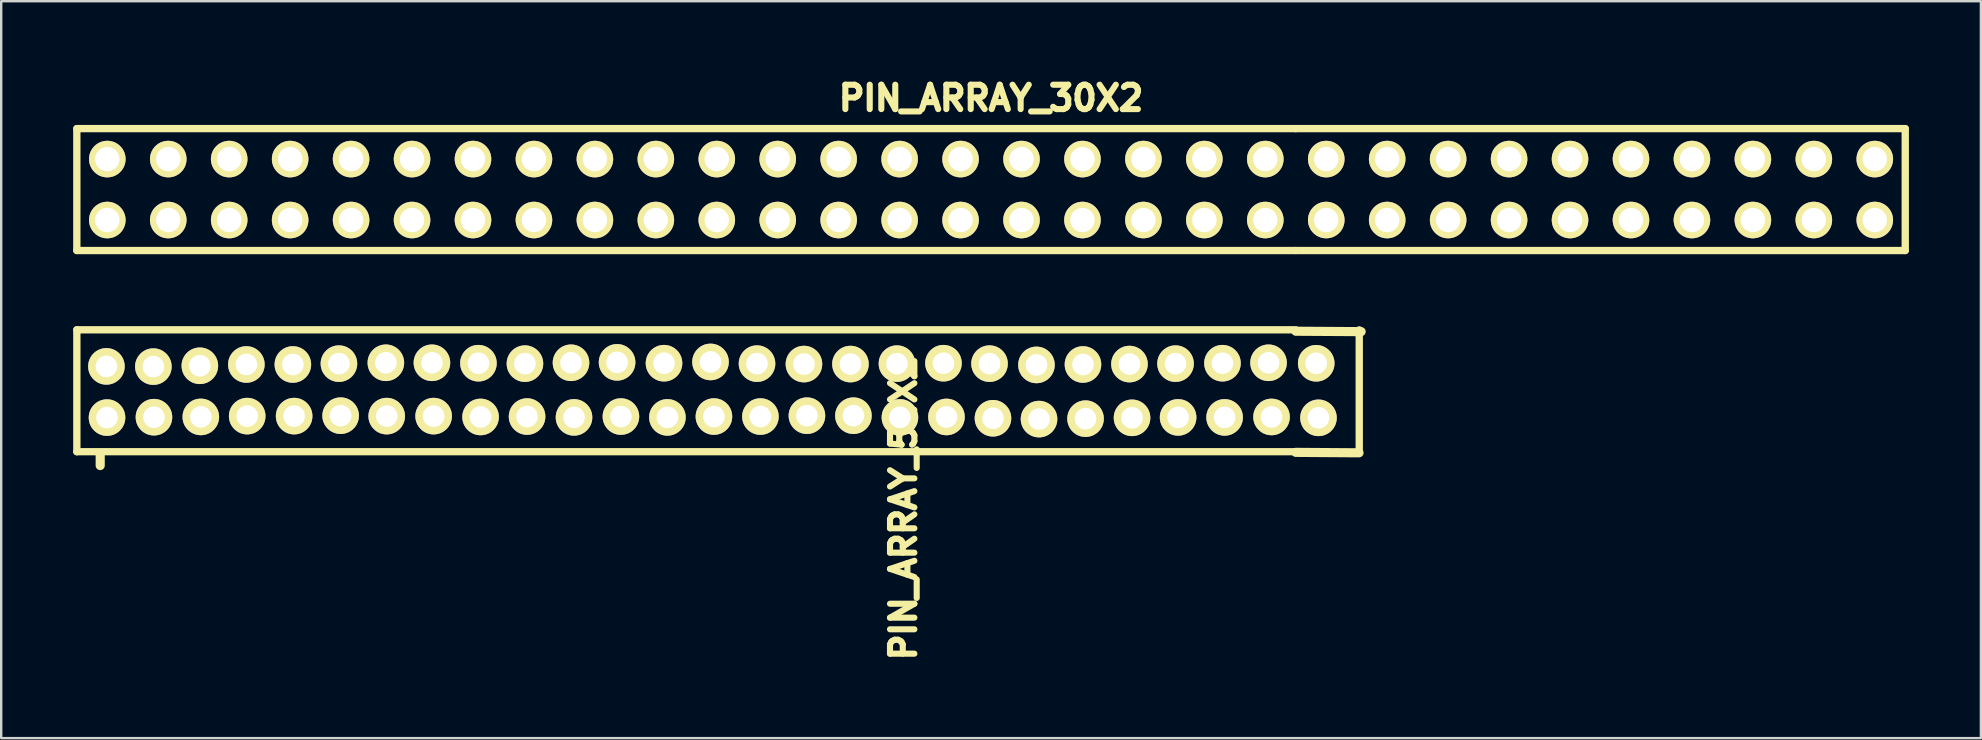
<source format=kicad_pcb>
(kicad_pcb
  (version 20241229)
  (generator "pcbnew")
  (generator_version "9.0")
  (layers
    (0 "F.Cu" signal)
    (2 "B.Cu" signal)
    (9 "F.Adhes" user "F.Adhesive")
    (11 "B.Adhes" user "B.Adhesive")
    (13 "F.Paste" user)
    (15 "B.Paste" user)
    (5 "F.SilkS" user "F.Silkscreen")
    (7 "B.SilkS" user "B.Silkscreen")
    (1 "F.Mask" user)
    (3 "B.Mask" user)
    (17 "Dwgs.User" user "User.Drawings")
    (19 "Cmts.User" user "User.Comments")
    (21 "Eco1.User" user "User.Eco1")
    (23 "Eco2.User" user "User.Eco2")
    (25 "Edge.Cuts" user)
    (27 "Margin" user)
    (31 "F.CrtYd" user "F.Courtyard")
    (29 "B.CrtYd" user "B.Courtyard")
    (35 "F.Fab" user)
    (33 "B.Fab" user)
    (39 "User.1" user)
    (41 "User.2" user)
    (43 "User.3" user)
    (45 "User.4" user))
  (footprint "PIN_ARRAY_54X2"
    (layer "F.Cu")
    (at 0.356 14.34)
    (property "Reference" "PIN_ARRAY_54X2" (at 34.244 3.78 90) (layer "F.SilkS") (effects (font (size 1.016 1.016) (thickness 0.274))))
    (attr through_hole)
    (fp_line (start -0.203 -3.645) (end -0.203 1.435) (stroke (width 0.305) (type solid)) (layer "F.SilkS"))
    (fp_line (start 0.77 1.514) (end 0.77 2.012) (stroke (width 0.381) (type solid)) (layer "F.SilkS"))
    (fp_line (start 50.597 -3.645) (end -0.203 -3.645) (stroke (width 0.305) (type solid)) (layer "F.SilkS"))
    (fp_line (start 50.597 1.435) (end -0.203 1.435) (stroke (width 0.305) (type solid)) (layer "F.SilkS"))
    (fp_line (start 50.599 -3.586) (end 53.249 -3.569) (stroke (width 0.381) (type solid)) (layer "F.SilkS"))
    (fp_line (start 50.599 1.463) (end 53.231 1.481) (stroke (width 0.381) (type solid)) (layer "F.SilkS"))
    (fp_line (start 53.241 -3.642) (end 53.241 1.438) (stroke (width 0.305) (type solid)) (layer "F.SilkS"))
    (fp_line (start 53.249 -3.569) (end 53.32 -3.569) (stroke (width 0.381) (type solid)) (layer "F.SilkS"))
    (pad "1" thru_hole circle (at 1.054 0.013) (size 1.524 1.524) (drill 0.9) (layers "*.Cu" "*.Mask" "F.SilkS"))
    (pad "2" thru_hole circle (at 1.029 -2.121) (size 1.524 1.524) (drill 0.9) (layers "*.Cu" "*.Mask" "F.SilkS"))
    (pad "3" thru_hole circle (at 3.01 -0.003) (size 1.524 1.524) (drill 0.9) (layers "*.Cu" "*.Mask" "F.SilkS"))
    (pad "4" thru_hole circle (at 2.985 -2.111) (size 1.524 1.524) (drill 0.9) (layers "*.Cu" "*.Mask" "F.SilkS"))
    (pad "5" thru_hole circle (at 4.963 -0.015) (size 1.524 1.524) (drill 0.9) (layers "*.Cu" "*.Mask" "F.SilkS"))
    (pad "6" thru_hole circle (at 4.923 -2.146) (size 1.524 1.524) (drill 0.9) (layers "*.Cu" "*.Mask" "F.SilkS"))
    (pad "7" thru_hole circle (at 6.896 -0.048) (size 1.524 1.524) (drill 0.9) (layers "*.Cu" "*.Mask" "F.SilkS"))
    (pad "8" thru_hole circle (at 6.861 -2.2) (size 1.524 1.524) (drill 0.9) (layers "*.Cu" "*.Mask" "F.SilkS"))
    (pad "9" thru_hole circle (at 8.852 -0.048) (size 1.524 1.524) (drill 0.9) (layers "*.Cu" "*.Mask" "F.SilkS"))
    (pad "10" thru_hole circle (at 8.799 -2.2) (size 1.524 1.524) (drill 0.9) (layers "*.Cu" "*.Mask" "F.SilkS"))
    (pad "11" thru_hole circle (at 10.79 -0.066) (size 1.524 1.524) (drill 0.9) (layers "*.Cu" "*.Mask" "F.SilkS"))
    (pad "12" thru_hole circle (at 10.719 -2.235) (size 1.524 1.524) (drill 0.9) (layers "*.Cu" "*.Mask" "F.SilkS"))
    (pad "13" thru_hole circle (at 12.71 -0.048) (size 1.524 1.524) (drill 0.9) (layers "*.Cu" "*.Mask" "F.SilkS"))
    (pad "14" thru_hole circle (at 12.675 -2.271) (size 1.524 1.524) (drill 0.9) (layers "*.Cu" "*.Mask" "F.SilkS"))
    (pad "15" thru_hole circle (at 14.666 -0.048) (size 1.524 1.524) (drill 0.9) (layers "*.Cu" "*.Mask" "F.SilkS"))
    (pad "16" thru_hole circle (at 14.595 -2.271) (size 1.524 1.524) (drill 0.9) (layers "*.Cu" "*.Mask" "F.SilkS"))
    (pad "17" thru_hole circle (at 16.622 -0.013) (size 1.524 1.524) (drill 0.9) (layers "*.Cu" "*.Mask" "F.SilkS"))
    (pad "18" thru_hole circle (at 16.533 -2.253) (size 1.524 1.524) (drill 0.9) (layers "*.Cu" "*.Mask" "F.SilkS"))
    (pad "19" thru_hole circle (at 18.56 -0.03) (size 1.524 1.524) (drill 0.9) (layers "*.Cu" "*.Mask" "F.SilkS"))
    (pad "20" thru_hole circle (at 18.471 -2.235) (size 1.524 1.524) (drill 0.9) (layers "*.Cu" "*.Mask" "F.SilkS"))
    (pad "21" thru_hole circle (at 20.516 0.005) (size 1.524 1.524) (drill 0.9) (layers "*.Cu" "*.Mask" "F.SilkS"))
    (pad "22" thru_hole circle (at 20.391 -2.271) (size 1.524 1.524) (drill 0.9) (layers "*.Cu" "*.Mask" "F.SilkS"))
    (pad "23" thru_hole circle (at 22.471 -0.03) (size 1.524 1.524) (drill 0.9) (layers "*.Cu" "*.Mask" "F.SilkS"))
    (pad "24" thru_hole circle (at 22.311 -2.289) (size 1.524 1.524) (drill 0.9) (layers "*.Cu" "*.Mask" "F.SilkS"))
    (pad "25" thru_hole circle (at 24.409 0.005) (size 1.524 1.524) (drill 0.9) (layers "*.Cu" "*.Mask" "F.SilkS"))
    (pad "26" thru_hole circle (at 24.267 -2.253) (size 1.524 1.524) (drill 0.9) (layers "*.Cu" "*.Mask" "F.SilkS"))
    (pad "27" thru_hole circle (at 26.347 -0.03) (size 1.524 1.524) (drill 0.9) (layers "*.Cu" "*.Mask" "F.SilkS"))
    (pad "28" thru_hole circle (at 26.205 -2.306) (size 1.524 1.524) (drill 0.9) (layers "*.Cu" "*.Mask" "F.SilkS"))
    (pad "29" thru_hole circle (at 28.285 -0.03) (size 1.524 1.524) (drill 0.9) (layers "*.Cu" "*.Mask" "F.SilkS"))
    (pad "30" thru_hole circle (at 28.143 -2.235) (size 1.524 1.524) (drill 0.9) (layers "*.Cu" "*.Mask" "F.SilkS"))
    (pad "31" thru_hole circle (at 30.223 -0.066) (size 1.524 1.524) (drill 0.9) (layers "*.Cu" "*.Mask" "F.SilkS"))
    (pad "32" thru_hole circle (at 30.099 -2.217) (size 1.524 1.524) (drill 0.9) (layers "*.Cu" "*.Mask" "F.SilkS"))
    (pad "33" thru_hole circle (at 32.161 -0.066) (size 1.524 1.524) (drill 0.9) (layers "*.Cu" "*.Mask" "F.SilkS"))
    (pad "34" thru_hole circle (at 32.037 -2.217) (size 1.524 1.524) (drill 0.9) (layers "*.Cu" "*.Mask" "F.SilkS"))
    (pad "35" thru_hole circle (at 34.099 0.005) (size 1.524 1.524) (drill 0.9) (layers "*.Cu" "*.Mask" "F.SilkS"))
    (pad "36" thru_hole circle (at 33.975 -2.235) (size 1.524 1.524) (drill 0.9) (layers "*.Cu" "*.Mask" "F.SilkS"))
    (pad "37" thru_hole circle (at 36.038 -0.013) (size 1.524 1.524) (drill 0.9) (layers "*.Cu" "*.Mask" "F.SilkS"))
    (pad "38" thru_hole circle (at 35.913 -2.253) (size 1.524 1.524) (drill 0.9) (layers "*.Cu" "*.Mask" "F.SilkS"))
    (pad "39" thru_hole circle (at 37.976 0.041) (size 1.524 1.524) (drill 0.9) (layers "*.Cu" "*.Mask" "F.SilkS"))
    (pad "40" thru_hole circle (at 37.833 -2.235) (size 1.524 1.524) (drill 0.9) (layers "*.Cu" "*.Mask" "F.SilkS"))
    (pad "41" thru_hole circle (at 39.896 0.076) (size 1.524 1.524) (drill 0.9) (layers "*.Cu" "*.Mask" "F.SilkS"))
    (pad "42" thru_hole circle (at 39.789 -2.182) (size 1.524 1.524) (drill 0.9) (layers "*.Cu" "*.Mask" "F.SilkS"))
    (pad "43" thru_hole circle (at 41.834 0.058) (size 1.524 1.524) (drill 0.9) (layers "*.Cu" "*.Mask" "F.SilkS"))
    (pad "44" thru_hole circle (at 41.727 -2.2) (size 1.524 1.524) (drill 0.9) (layers "*.Cu" "*.Mask" "F.SilkS"))
    (pad "45" thru_hole circle (at 43.772 0.023) (size 1.524 1.524) (drill 0.9) (layers "*.Cu" "*.Mask" "F.SilkS"))
    (pad "46" thru_hole circle (at 43.665 -2.217) (size 1.524 1.524) (drill 0.9) (layers "*.Cu" "*.Mask" "F.SilkS"))
    (pad "47" thru_hole circle (at 45.692 0.005) (size 1.524 1.524) (drill 0.9) (layers "*.Cu" "*.Mask" "F.SilkS"))
    (pad "48" thru_hole circle (at 45.585 -2.235) (size 1.524 1.524) (drill 0.9) (layers "*.Cu" "*.Mask" "F.SilkS"))
    (pad "49" thru_hole circle (at 47.63 0.005) (size 1.524 1.524) (drill 0.9) (layers "*.Cu" "*.Mask" "F.SilkS"))
    (pad "50" thru_hole circle (at 47.541 -2.253) (size 1.524 1.524) (drill 0.9) (layers "*.Cu" "*.Mask" "F.SilkS"))
    (pad "51" thru_hole circle (at 49.586 -0.013) (size 1.524 1.524) (drill 0.9) (layers "*.Cu" "*.Mask" "F.SilkS"))
    (pad "52" thru_hole circle (at 49.461 -2.271) (size 1.524 1.524) (drill 0.9) (layers "*.Cu" "*.Mask" "F.SilkS"))
    (pad "53" thru_hole circle (at 51.542 0.023) (size 1.524 1.524) (drill 0.9) (layers "*.Cu" "*.Mask" "F.SilkS"))
    (pad "54" thru_hole circle (at 51.448 -2.25) (size 1.524 1.524) (drill 0.9) (layers "*.Cu" "*.Mask" "F.SilkS")))
  (footprint "PIN_ARRAY_30X2"
    (layer "F.Cu")
    (at 38.252 4.85)
    (property "Reference" "PIN_ARRAY_30X2" (at 0 -3.81 0) (layer "F.SilkS") (effects (font (size 1.016 1.016) (thickness 0.274))))
    (attr through_hole)
    (fp_line (start -38.1 -2.54) (end -38.1 2.54) (stroke (width 0.305) (type solid)) (layer "F.SilkS"))
    (fp_line (start 12.7 -2.54) (end -38.1 -2.54) (stroke (width 0.305) (type solid)) (layer "F.SilkS"))
    (fp_line (start 12.7 -2.54) (end 38.1 -2.54) (stroke (width 0.305) (type solid)) (layer "F.SilkS"))
    (fp_line (start 12.7 2.54) (end -38.1 2.54) (stroke (width 0.305) (type solid)) (layer "F.SilkS"))
    (fp_line (start 12.7 2.54) (end 38.1 2.54) (stroke (width 0.305) (type solid)) (layer "F.SilkS"))
    (fp_line (start 38.1 -2.54) (end 38.1 2.54) (stroke (width 0.305) (type solid)) (layer "F.SilkS"))
    (pad "1" thru_hole circle (at -36.83 1.27) (size 1.524 1.524) (drill 1.016) (layers "*.Cu" "*.Mask" "F.SilkS"))
    (pad "2" thru_hole circle (at -36.83 -1.27) (size 1.524 1.524) (drill 1.016) (layers "*.Cu" "*.Mask" "F.SilkS"))
    (pad "3" thru_hole circle (at -34.29 1.27) (size 1.524 1.524) (drill 1.016) (layers "*.Cu" "*.Mask" "F.SilkS"))
    (pad "4" thru_hole circle (at -34.29 -1.27) (size 1.524 1.524) (drill 1.016) (layers "*.Cu" "*.Mask" "F.SilkS"))
    (pad "5" thru_hole circle (at -31.75 1.27) (size 1.524 1.524) (drill 1.016) (layers "*.Cu" "*.Mask" "F.SilkS"))
    (pad "6" thru_hole circle (at -31.75 -1.27) (size 1.524 1.524) (drill 1.016) (layers "*.Cu" "*.Mask" "F.SilkS"))
    (pad "7" thru_hole circle (at -29.21 1.27) (size 1.524 1.524) (drill 1.016) (layers "*.Cu" "*.Mask" "F.SilkS"))
    (pad "8" thru_hole circle (at -29.21 -1.27) (size 1.524 1.524) (drill 1.016) (layers "*.Cu" "*.Mask" "F.SilkS"))
    (pad "9" thru_hole circle (at -26.67 1.27) (size 1.524 1.524) (drill 1.016) (layers "*.Cu" "*.Mask" "F.SilkS"))
    (pad "10" thru_hole circle (at -26.67 -1.27) (size 1.524 1.524) (drill 1.016) (layers "*.Cu" "*.Mask" "F.SilkS"))
    (pad "11" thru_hole circle (at -24.13 1.27) (size 1.524 1.524) (drill 1.016) (layers "*.Cu" "*.Mask" "F.SilkS"))
    (pad "12" thru_hole circle (at -24.13 -1.27) (size 1.524 1.524) (drill 1.016) (layers "*.Cu" "*.Mask" "F.SilkS"))
    (pad "13" thru_hole circle (at -21.59 1.27) (size 1.524 1.524) (drill 1.016) (layers "*.Cu" "*.Mask" "F.SilkS"))
    (pad "14" thru_hole circle (at -21.59 -1.27) (size 1.524 1.524) (drill 1.016) (layers "*.Cu" "*.Mask" "F.SilkS"))
    (pad "15" thru_hole circle (at -19.05 1.27) (size 1.524 1.524) (drill 1.016) (layers "*.Cu" "*.Mask" "F.SilkS"))
    (pad "16" thru_hole circle (at -19.05 -1.27) (size 1.524 1.524) (drill 1.016) (layers "*.Cu" "*.Mask" "F.SilkS"))
    (pad "17" thru_hole circle (at -16.51 1.27) (size 1.524 1.524) (drill 1.016) (layers "*.Cu" "*.Mask" "F.SilkS"))
    (pad "18" thru_hole circle (at -16.51 -1.27) (size 1.524 1.524) (drill 1.016) (layers "*.Cu" "*.Mask" "F.SilkS"))
    (pad "19" thru_hole circle (at -13.97 1.27) (size 1.524 1.524) (drill 1.016) (layers "*.Cu" "*.Mask" "F.SilkS"))
    (pad "20" thru_hole circle (at -13.97 -1.27) (size 1.524 1.524) (drill 1.016) (layers "*.Cu" "*.Mask" "F.SilkS"))
    (pad "21" thru_hole circle (at -11.43 1.27) (size 1.524 1.524) (drill 1.016) (layers "*.Cu" "*.Mask" "F.SilkS"))
    (pad "22" thru_hole circle (at -11.43 -1.27) (size 1.524 1.524) (drill 1.016) (layers "*.Cu" "*.Mask" "F.SilkS"))
    (pad "23" thru_hole circle (at -8.89 1.27) (size 1.524 1.524) (drill 1.016) (layers "*.Cu" "*.Mask" "F.SilkS"))
    (pad "24" thru_hole circle (at -8.89 -1.27) (size 1.524 1.524) (drill 1.016) (layers "*.Cu" "*.Mask" "F.SilkS"))
    (pad "25" thru_hole circle (at -6.35 1.27) (size 1.524 1.524) (drill 1.016) (layers "*.Cu" "*.Mask" "F.SilkS"))
    (pad "26" thru_hole circle (at -6.35 -1.27) (size 1.524 1.524) (drill 1.016) (layers "*.Cu" "*.Mask" "F.SilkS"))
    (pad "27" thru_hole circle (at -3.81 1.27) (size 1.524 1.524) (drill 1.016) (layers "*.Cu" "*.Mask" "F.SilkS"))
    (pad "28" thru_hole circle (at -3.81 -1.27) (size 1.524 1.524) (drill 1.016) (layers "*.Cu" "*.Mask" "F.SilkS"))
    (pad "29" thru_hole circle (at -1.27 1.27) (size 1.524 1.524) (drill 1.016) (layers "*.Cu" "*.Mask" "F.SilkS"))
    (pad "30" thru_hole circle (at -1.27 -1.27) (size 1.524 1.524) (drill 1.016) (layers "*.Cu" "*.Mask" "F.SilkS"))
    (pad "31" thru_hole circle (at 1.27 1.27) (size 1.524 1.524) (drill 1.016) (layers "*.Cu" "*.Mask" "F.SilkS"))
    (pad "32" thru_hole circle (at 1.27 -1.27) (size 1.524 1.524) (drill 1.016) (layers "*.Cu" "*.Mask" "F.SilkS"))
    (pad "33" thru_hole circle (at 3.81 1.27) (size 1.524 1.524) (drill 1.016) (layers "*.Cu" "*.Mask" "F.SilkS"))
    (pad "34" thru_hole circle (at 3.81 -1.27) (size 1.524 1.524) (drill 1.016) (layers "*.Cu" "*.Mask" "F.SilkS"))
    (pad "35" thru_hole circle (at 6.35 1.27) (size 1.524 1.524) (drill 1.016) (layers "*.Cu" "*.Mask" "F.SilkS"))
    (pad "36" thru_hole circle (at 6.35 -1.27) (size 1.524 1.524) (drill 1.016) (layers "*.Cu" "*.Mask" "F.SilkS"))
    (pad "37" thru_hole circle (at 8.89 1.27) (size 1.524 1.524) (drill 1.016) (layers "*.Cu" "*.Mask" "F.SilkS"))
    (pad "38" thru_hole circle (at 8.89 -1.27) (size 1.524 1.524) (drill 1.016) (layers "*.Cu" "*.Mask" "F.SilkS"))
    (pad "39" thru_hole circle (at 11.43 1.27) (size 1.524 1.524) (drill 1.016) (layers "*.Cu" "*.Mask" "F.SilkS"))
    (pad "40" thru_hole circle (at 11.43 -1.27) (size 1.524 1.524) (drill 1.016) (layers "*.Cu" "*.Mask" "F.SilkS"))
    (pad "41" thru_hole circle (at 13.97 1.27) (size 1.524 1.524) (drill 1.016) (layers "*.Cu" "*.Mask" "F.SilkS"))
    (pad "42" thru_hole circle (at 13.97 -1.27) (size 1.524 1.524) (drill 1.016) (layers "*.Cu" "*.Mask" "F.SilkS"))
    (pad "43" thru_hole circle (at 16.51 1.27) (size 1.524 1.524) (drill 1.016) (layers "*.Cu" "*.Mask" "F.SilkS"))
    (pad "44" thru_hole circle (at 16.51 -1.27) (size 1.524 1.524) (drill 1.016) (layers "*.Cu" "*.Mask" "F.SilkS"))
    (pad "45" thru_hole circle (at 19.05 1.27) (size 1.524 1.524) (drill 1.016) (layers "*.Cu" "*.Mask" "F.SilkS"))
    (pad "46" thru_hole circle (at 19.05 -1.27) (size 1.524 1.524) (drill 1.016) (layers "*.Cu" "*.Mask" "F.SilkS"))
    (pad "47" thru_hole circle (at 21.59 1.27) (size 1.524 1.524) (drill 1.016) (layers "*.Cu" "*.Mask" "F.SilkS"))
    (pad "48" thru_hole circle (at 21.59 -1.27) (size 1.524 1.524) (drill 1.016) (layers "*.Cu" "*.Mask" "F.SilkS"))
    (pad "49" thru_hole circle (at 24.13 1.27) (size 1.524 1.524) (drill 1.016) (layers "*.Cu" "*.Mask" "F.SilkS"))
    (pad "50" thru_hole circle (at 24.13 -1.27) (size 1.524 1.524) (drill 1.016) (layers "*.Cu" "*.Mask" "F.SilkS"))
    (pad "51" thru_hole circle (at 26.67 1.27) (size 1.524 1.524) (drill 1.016) (layers "*.Cu" "*.Mask" "F.SilkS"))
    (pad "52" thru_hole circle (at 26.67 -1.27) (size 1.524 1.524) (drill 1.016) (layers "*.Cu" "*.Mask" "F.SilkS"))
    (pad "53" thru_hole circle (at 29.21 1.27) (size 1.524 1.524) (drill 1.016) (layers "*.Cu" "*.Mask" "F.SilkS"))
    (pad "54" thru_hole circle (at 29.21 -1.27) (size 1.524 1.524) (drill 1.016) (layers "*.Cu" "*.Mask" "F.SilkS"))
    (pad "55" thru_hole circle (at 31.75 1.27) (size 1.524 1.524) (drill 1.016) (layers "*.Cu" "*.Mask" "F.SilkS"))
    (pad "56" thru_hole circle (at 31.75 -1.27) (size 1.524 1.524) (drill 1.016) (layers "*.Cu" "*.Mask" "F.SilkS"))
    (pad "57" thru_hole circle (at 34.29 1.27) (size 1.524 1.524) (drill 1.016) (layers "*.Cu" "*.Mask" "F.SilkS"))
    (pad "58" thru_hole circle (at 34.29 -1.27) (size 1.524 1.524) (drill 1.016) (layers "*.Cu" "*.Mask" "F.SilkS"))
    (pad "59" thru_hole circle (at 36.83 1.27) (size 1.524 1.524) (drill 1.016) (layers "*.Cu" "*.Mask" "F.SilkS"))
    (pad "60" thru_hole circle (at 36.83 -1.27) (size 1.524 1.524) (drill 1.016) (layers "*.Cu" "*.Mask" "F.SilkS")))
  (gr_rect
    (start -3 -3)
    (end 79.505 27.712)
    (stroke (width 0.1) (type default))
    (fill no)
    (layer "Edge.Cuts")))
</source>
